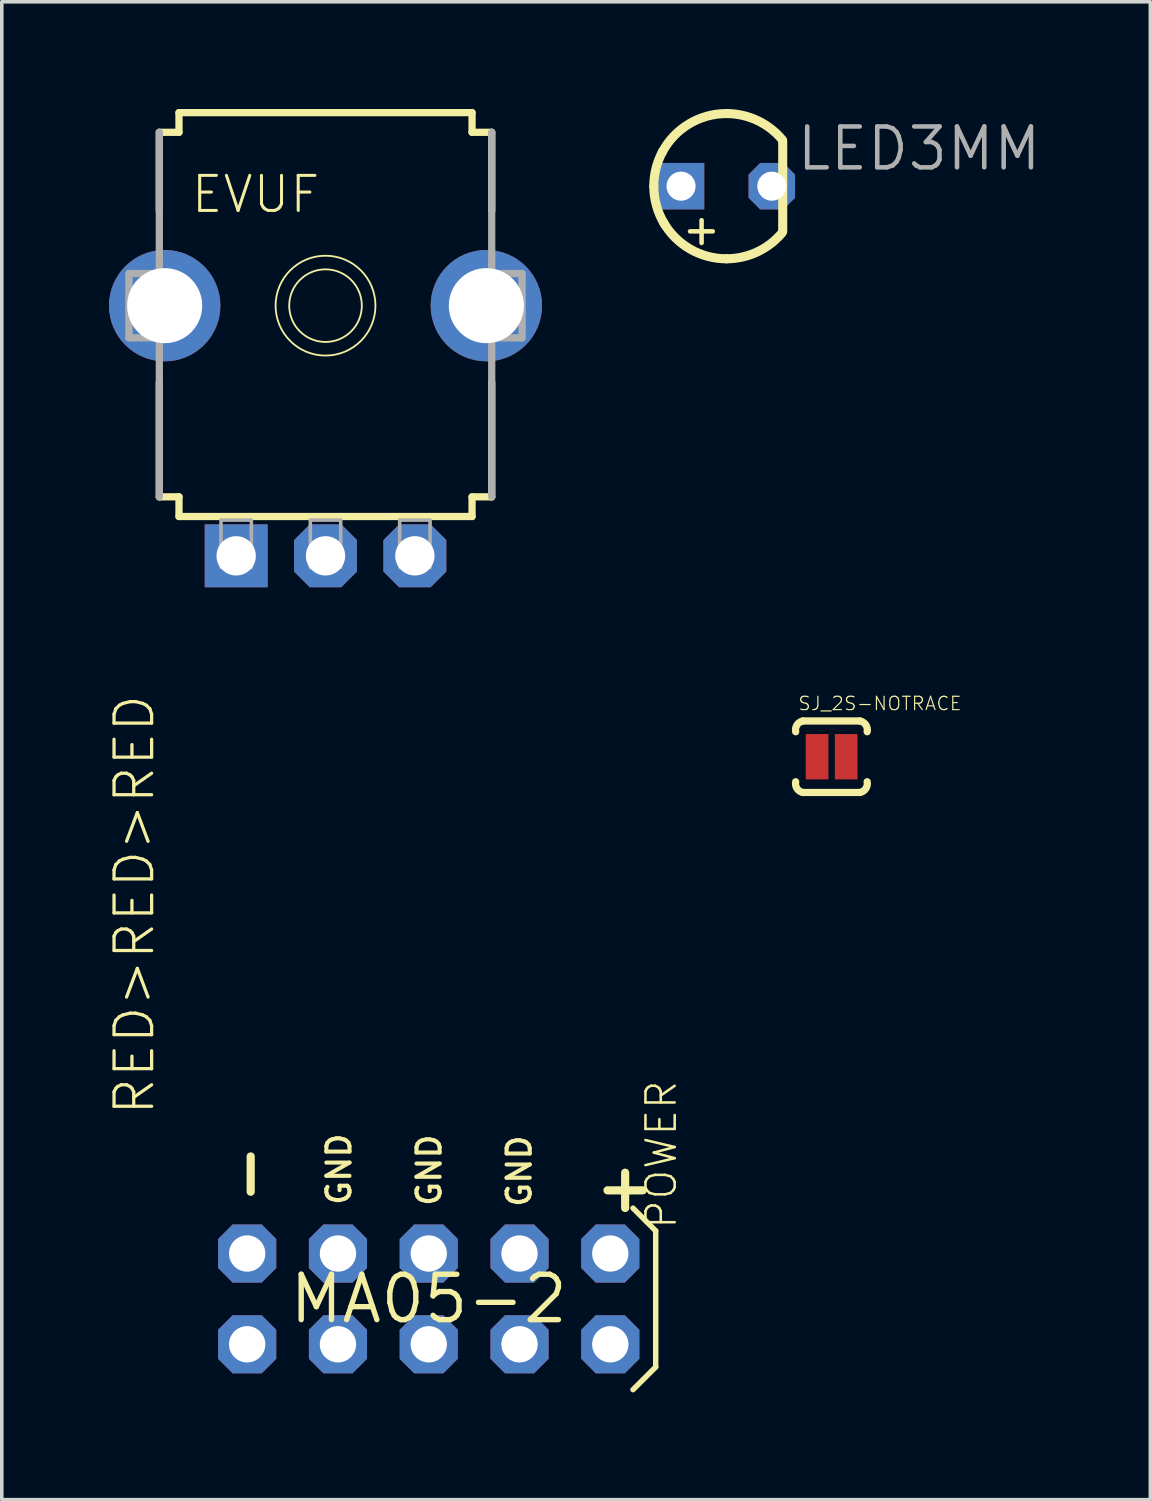
<source format=kicad_pcb>
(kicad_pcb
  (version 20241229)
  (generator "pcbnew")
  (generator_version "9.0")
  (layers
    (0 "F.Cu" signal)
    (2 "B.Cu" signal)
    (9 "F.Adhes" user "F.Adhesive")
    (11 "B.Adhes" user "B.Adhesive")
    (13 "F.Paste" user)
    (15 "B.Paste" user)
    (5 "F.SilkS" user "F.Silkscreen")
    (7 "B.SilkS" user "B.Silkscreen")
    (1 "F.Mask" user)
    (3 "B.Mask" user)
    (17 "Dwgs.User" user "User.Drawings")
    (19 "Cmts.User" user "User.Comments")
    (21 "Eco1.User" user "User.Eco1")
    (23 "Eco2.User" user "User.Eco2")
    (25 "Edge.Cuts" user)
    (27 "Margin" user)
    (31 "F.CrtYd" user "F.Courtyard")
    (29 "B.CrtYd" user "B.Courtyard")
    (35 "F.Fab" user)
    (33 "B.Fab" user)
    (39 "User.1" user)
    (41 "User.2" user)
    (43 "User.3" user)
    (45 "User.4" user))
  (footprint "SJ_2S-NOTRACE"
    (layer "F.Cu")
    (at 20.213 18.123)
    (property "Reference" "SJ_2S-NOTRACE" (at -0.953 -1.27 0) (layer "F.SilkS") (effects (font (size 0.374 0.374) (thickness 0.033)) (justify left bottom)))
    (fp_line (start -0.8 -1) (end 0.8 -1) (stroke (width 0.203) (type solid)) (layer "F.SilkS"))
    (fp_line (start 0.8 1) (end -0.8 1) (stroke (width 0.203) (type solid)) (layer "F.SilkS"))
    (fp_arc (start -1 -0.7) (mid -0.962161 -0.891441) (end -0.799999 -0.999999) (stroke (width 0.2032) (type solid)) (layer "F.SilkS"))
    (fp_arc (start -0.799999 0.999999) (mid -0.96216 0.891441) (end -1 0.7) (stroke (width 0.2032) (type solid)) (layer "F.SilkS"))
    (fp_arc (start 0.8 -1) (mid 0.962191 -0.89146) (end 0.999999 -0.699999) (stroke (width 0.2032) (type solid)) (layer "F.SilkS"))
    (fp_arc (start 1.000001 0.699999) (mid 0.962162 0.891441) (end 0.8 1) (stroke (width 0.2032) (type solid)) (layer "F.SilkS"))
    (fp_poly (pts (xy -1.016 1.016) (xy 1.016 1.016) (xy 1.016 -1.016) (xy -1.016 -1.016)) (stroke (width 0) (type solid)) (fill yes) (layer "F.Paste"))
    (pad "1" smd rect (at -0.401 0 180) (size 0.635 1.27) (layers "F.Cu" "F.Mask"))
    (pad "2" smd rect (at 0.413 0) (size 0.635 1.27) (layers "F.Cu" "F.Mask")))
  (footprint "LED3MM"
    (layer "F.Cu")
    (at 17.275 2.159)
    (property "Reference" "LED3MM" (at 1.905 -0.381 0) (layer "F.Fab") (effects (font (size 1.143 1.143) (thickness 0.127)) (justify left bottom)))
    (fp_line (start -0.695 1.588) (end -0.695 0.953) (stroke (width 0.127) (type solid)) (layer "F.SilkS"))
    (fp_line (start -0.382 1.264) (end -1.017 1.264) (stroke (width 0.127) (type solid)) (layer "F.SilkS"))
    (fp_line (start 1.575 1.27) (end 1.575 -1.27) (stroke (width 0.254) (type solid)) (layer "F.SilkS"))
    (fp_arc (start -2.032 0) (mid -1.970339 -0.496775) (end -1.7891 -0.9634) (stroke (width 0.254) (type solid)) (layer "F.SilkS"))
    (fp_arc (start -1.7929 -0.9562) (mid -1.045438 -1.7424) (end 0 -2.032) (stroke (width 0.254) (type solid)) (layer "F.SilkS"))
    (fp_arc (start -1.7306 1.065) (mid -1.95521 0.553417) (end -2.032 0) (stroke (width 0.254) (type solid)) (layer "F.SilkS"))
    (fp_arc (start 0 -2.032) (mid 0.861864 -1.840173) (end 1.561 -1.3009) (stroke (width 0.254) (type solid)) (layer "F.SilkS"))
    (fp_arc (start 0 2.032) (mid -1.019924 1.757525) (end -1.7643 1.0082) (stroke (width 0.254) (type solid)) (layer "F.SilkS"))
    (fp_arc (start 1.5512 1.3126) (mid 0.854953 1.843405) (end 0 2.032) (stroke (width 0.254) (type solid)) (layer "F.SilkS"))
    (pad "A" thru_hole rect (at -1.27 0) (size 1.3 1.3) (drill 0.813) (layers "*.Cu" "*.Mask"))
    (pad "K" thru_hole roundrect (at 1.27 0) (size 1.3 1.3) (drill 0.813) (layers "*.Cu" "*.Mask") (roundrect_rratio 0.25) (chamfer_ratio 0.25) (chamfer top_left top_right bottom_left bottom_right)))
  (footprint "EVUF"
    (layer "F.Cu")
    (at 6.058 5.502)
    (property "Reference" "EVUF" (at -3.81 -2.54 0) (layer "F.SilkS") (effects (font (size 0.981 0.981) (thickness 0.085)) (justify left bottom)))
    (fp_line (start -4.65 -2.65) (end -4.65 -4.85) (stroke (width 0.203) (type solid)) (layer "F.SilkS"))
    (fp_line (start -4.65 5.35) (end -4.65 2.15) (stroke (width 0.203) (type solid)) (layer "F.SilkS"))
    (fp_line (start -4.65 5.35) (end -4.1 5.35) (stroke (width 0.203) (type solid)) (layer "F.SilkS"))
    (fp_line (start -4.1 -5.4) (end -4.1 -4.85) (stroke (width 0.203) (type solid)) (layer "F.SilkS"))
    (fp_line (start -4.1 -5.4) (end 4.1 -5.4) (stroke (width 0.203) (type solid)) (layer "F.SilkS"))
    (fp_line (start -4.1 -4.85) (end -4.65 -4.85) (stroke (width 0.203) (type solid)) (layer "F.SilkS"))
    (fp_line (start -4.1 5.35) (end -4.1 5.9) (stroke (width 0.203) (type solid)) (layer "F.SilkS"))
    (fp_line (start 4.1 -4.85) (end 4.1 -5.4) (stroke (width 0.203) (type solid)) (layer "F.SilkS"))
    (fp_line (start 4.1 5.35) (end 4.65 5.35) (stroke (width 0.203) (type solid)) (layer "F.SilkS"))
    (fp_line (start 4.1 5.9) (end -4.1 5.9) (stroke (width 0.203) (type solid)) (layer "F.SilkS"))
    (fp_line (start 4.1 5.9) (end 4.1 5.35) (stroke (width 0.203) (type solid)) (layer "F.SilkS"))
    (fp_line (start 4.65 -4.85) (end 4.1 -4.85) (stroke (width 0.203) (type solid)) (layer "F.SilkS"))
    (fp_line (start 4.65 -4.85) (end 4.65 -2.65) (stroke (width 0.203) (type solid)) (layer "F.SilkS"))
    (fp_line (start 4.65 2.15) (end 4.65 5.35) (stroke (width 0.203) (type solid)) (layer "F.SilkS"))
    (fp_circle (center 0 0) (end 1.016 0) (stroke (width 0.051) (type solid)) (fill no) (layer "F.SilkS"))
    (fp_circle (center 0 0) (end 1.397 0) (stroke (width 0.051) (type solid)) (fill no) (layer "F.SilkS"))
    (fp_line (start -5.5 -0.9) (end -5.5 0.9) (stroke (width 0.203) (type solid)) (layer "F.Fab"))
    (fp_line (start -5.5 0.9) (end -4.75 0.9) (stroke (width 0.203) (type solid)) (layer "F.Fab"))
    (fp_line (start -4.75 -0.9) (end -5.5 -0.9) (stroke (width 0.203) (type solid)) (layer "F.Fab"))
    (fp_line (start -4.65 5.35) (end -4.65 -4.85) (stroke (width 0.203) (type solid)) (layer "F.Fab"))
    (fp_line (start 4.65 -4.85) (end 4.65 5.35) (stroke (width 0.203) (type solid)) (layer "F.Fab"))
    (fp_line (start 4.75 0.9) (end 5.5 0.9) (stroke (width 0.203) (type solid)) (layer "F.Fab"))
    (fp_line (start 5.5 -0.9) (end 4.75 -0.9) (stroke (width 0.203) (type solid)) (layer "F.Fab"))
    (fp_line (start 5.5 0.9) (end 5.5 -0.9) (stroke (width 0.203) (type solid)) (layer "F.Fab"))
    (fp_poly (pts (xy -2.925 7.325) (xy -2.075 7.325) (xy -2.075 6) (xy -2.925 6)) (stroke (width 0.1) (type solid)) (fill no) (layer "F.Fab"))
    (fp_poly (pts (xy -0.425 7.325) (xy 0.425 7.325) (xy 0.425 6) (xy -0.425 6)) (stroke (width 0.1) (type solid)) (fill no) (layer "F.Fab"))
    (fp_poly (pts (xy 2.075 7.325) (xy 2.925 7.325) (xy 2.925 6) (xy 2.075 6)) (stroke (width 0.1) (type solid)) (fill no) (layer "F.Fab"))
    (pad "1" thru_hole rect (at -2.5 7 270) (size 1.76 1.76) (drill 1.1) (layers "*.Cu" "*.Mask"))
    (pad "2" thru_hole roundrect (at 0 7 270) (size 1.76 1.76) (drill 1.1) (layers "*.Cu" "*.Mask") (roundrect_rratio 0.25) (chamfer_ratio 0.25) (chamfer top_left top_right bottom_left bottom_right))
    (pad "3" thru_hole roundrect (at 2.5 7 270) (size 1.76 1.76) (drill 1.1) (layers "*.Cu" "*.Mask") (roundrect_rratio 0.25) (chamfer_ratio 0.25) (chamfer top_left top_right bottom_left bottom_right))
    (pad "M1" thru_hole circle (at 4.5 0 270) (size 3.116 3.116) (drill 2.1) (layers "*.Cu" "*.Mask"))
    (pad "M2" thru_hole circle (at -4.5 0 270) (size 3.116 3.116) (drill 2.1) (layers "*.Cu" "*.Mask")))
  (footprint "MA05-2"
    (layer "F.Cu")
    (at 8.946 33.293)
    (property "Reference" "MA05-2" (at 0 0 0) (layer "F.SilkS") (effects (font (size 1.27 1.27) (thickness 0.15))))
    (fp_line (start 5.715 -2.54) (end 6.35 -1.905) (stroke (width 0.152) (type solid)) (layer "F.SilkS"))
    (fp_line (start 6.35 -1.905) (end 6.35 1.905) (stroke (width 0.152) (type solid)) (layer "F.SilkS"))
    (fp_line (start 6.35 1.905) (end 5.715 2.54) (stroke (width 0.152) (type solid)) (layer "F.SilkS"))
    (fp_poly (pts (xy -5.334 -1.016) (xy -4.826 -1.016) (xy -4.826 -1.524) (xy -5.334 -1.524)) (stroke (width 0.1) (type solid)) (fill no) (layer "F.Fab"))
    (fp_poly (pts (xy -5.334 1.524) (xy -4.826 1.524) (xy -4.826 1.016) (xy -5.334 1.016)) (stroke (width 0.1) (type solid)) (fill no) (layer "F.Fab"))
    (fp_poly (pts (xy -2.794 -1.016) (xy -2.286 -1.016) (xy -2.286 -1.524) (xy -2.794 -1.524)) (stroke (width 0.1) (type solid)) (fill no) (layer "F.Fab"))
    (fp_poly (pts (xy -2.794 1.524) (xy -2.286 1.524) (xy -2.286 1.016) (xy -2.794 1.016)) (stroke (width 0.1) (type solid)) (fill no) (layer "F.Fab"))
    (fp_poly (pts (xy -0.254 -1.016) (xy 0.254 -1.016) (xy 0.254 -1.524) (xy -0.254 -1.524)) (stroke (width 0.1) (type solid)) (fill no) (layer "F.Fab"))
    (fp_poly (pts (xy -0.254 1.524) (xy 0.254 1.524) (xy 0.254 1.016) (xy -0.254 1.016)) (stroke (width 0.1) (type solid)) (fill no) (layer "F.Fab"))
    (fp_poly (pts (xy 2.286 -1.016) (xy 2.794 -1.016) (xy 2.794 -1.524) (xy 2.286 -1.524)) (stroke (width 0.1) (type solid)) (fill no) (layer "F.Fab"))
    (fp_poly (pts (xy 2.286 1.524) (xy 2.794 1.524) (xy 2.794 1.016) (xy 2.286 1.016)) (stroke (width 0.1) (type solid)) (fill no) (layer "F.Fab"))
    (fp_poly (pts (xy 4.826 -1.016) (xy 5.334 -1.016) (xy 5.334 -1.524) (xy 4.826 -1.524)) (stroke (width 0.1) (type solid)) (fill no) (layer "F.Fab"))
    (fp_poly (pts (xy 4.826 1.524) (xy 5.334 1.524) (xy 5.334 1.016) (xy 4.826 1.016)) (stroke (width 0.1) (type solid)) (fill no) (layer "F.Fab"))
    (fp_text user "GND" (at 2.911 -2.513 90) (layer "F.SilkS") (effects (font (size 0.648 0.648) (thickness 0.114)) (justify left bottom)))
    (fp_text user "-" (at -4.318 -2.54 90) (layer "F.SilkS") (effects (font (size 1.295 1.295) (thickness 0.229)) (justify left bottom)))
    (fp_text user "POWER" (at 6.985 -1.905 270) (layer "F.SilkS") (effects (font (size 0.818 0.818) (thickness 0.071)) (justify left bottom)))
    (fp_text user "RED>RED>RED" (at -7.62 -5.08 270) (layer "F.SilkS") (effects (font (size 1.052 1.052) (thickness 0.091)) (justify left bottom)))
    (fp_text user "GND" (at -2.132 -2.567 90) (layer "F.SilkS") (effects (font (size 0.648 0.648) (thickness 0.114)) (justify left bottom)))
    (fp_text user "+" (at 4.543 -2.374 0) (layer "F.SilkS") (effects (font (size 1.295 1.295) (thickness 0.229)) (justify left bottom)))
    (fp_text user "GND" (at 0.39 -2.54 90) (layer "F.SilkS") (effects (font (size 0.648 0.648) (thickness 0.114)) (justify left bottom)))
    (pad "1" thru_hole roundrect (at -5.08 1.27) (size 1.626 1.626) (drill 1.016) (layers "*.Cu" "*.Mask") (roundrect_rratio 0.25) (chamfer_ratio 0.25) (chamfer top_left top_right bottom_left bottom_right))
    (pad "2" thru_hole roundrect (at -5.08 -1.27) (size 1.626 1.626) (drill 1.016) (layers "*.Cu" "*.Mask") (roundrect_rratio 0.25) (chamfer_ratio 0.25) (chamfer top_left top_right bottom_left bottom_right))
    (pad "3" thru_hole roundrect (at -2.54 1.27) (size 1.626 1.626) (drill 1.016) (layers "*.Cu" "*.Mask") (roundrect_rratio 0.25) (chamfer_ratio 0.25) (chamfer top_left top_right bottom_left bottom_right))
    (pad "4" thru_hole roundrect (at -2.54 -1.27) (size 1.626 1.626) (drill 1.016) (layers "*.Cu" "*.Mask") (roundrect_rratio 0.25) (chamfer_ratio 0.25) (chamfer top_left top_right bottom_left bottom_right))
    (pad "5" thru_hole roundrect (at 0 1.27) (size 1.626 1.626) (drill 1.016) (layers "*.Cu" "*.Mask") (roundrect_rratio 0.25) (chamfer_ratio 0.25) (chamfer top_left top_right bottom_left bottom_right))
    (pad "6" thru_hole roundrect (at 0 -1.27) (size 1.626 1.626) (drill 1.016) (layers "*.Cu" "*.Mask") (roundrect_rratio 0.25) (chamfer_ratio 0.25) (chamfer top_left top_right bottom_left bottom_right))
    (pad "7" thru_hole roundrect (at 2.54 1.27) (size 1.626 1.626) (drill 1.016) (layers "*.Cu" "*.Mask") (roundrect_rratio 0.25) (chamfer_ratio 0.25) (chamfer top_left top_right bottom_left bottom_right))
    (pad "8" thru_hole roundrect (at 2.54 -1.27) (size 1.626 1.626) (drill 1.016) (layers "*.Cu" "*.Mask") (roundrect_rratio 0.25) (chamfer_ratio 0.25) (chamfer top_left top_right bottom_left bottom_right))
    (pad "9" thru_hole roundrect (at 5.08 1.27) (size 1.626 1.626) (drill 1.016) (layers "*.Cu" "*.Mask") (roundrect_rratio 0.25) (chamfer_ratio 0.25) (chamfer top_left top_right bottom_left bottom_right))
    (pad "10" thru_hole roundrect (at 5.08 -1.27) (size 1.626 1.626) (drill 1.016) (layers "*.Cu" "*.Mask") (roundrect_rratio 0.25) (chamfer_ratio 0.25) (chamfer top_left top_right bottom_left bottom_right)))
  (gr_rect
    (start -3 -3)
    (end 29.136 38.909)
    (stroke (width 0.1) (type default))
    (fill no)
    (layer "Edge.Cuts")))
</source>
